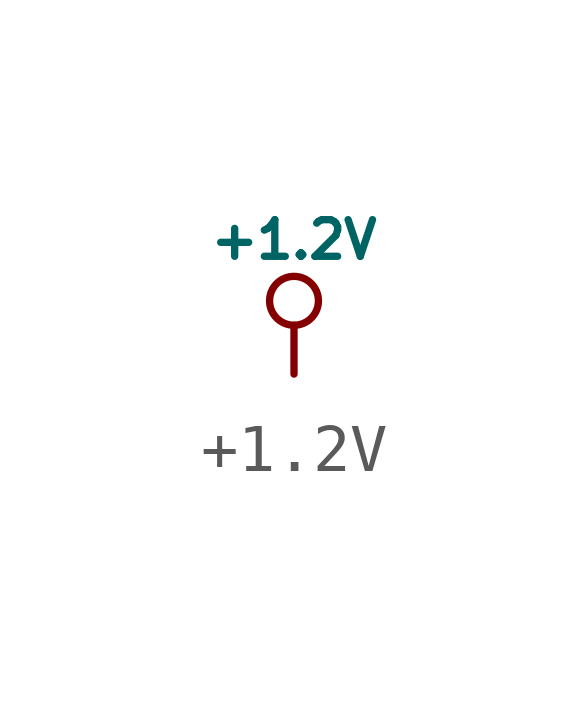
<source format=kicad_sym>
(kicad_symbol_lib
  (version 20231120)
  (generator "kicad_symbol_editor")
  (generator_version "8.0")
  (symbol "+1.2V"
    (power)
    (pin_names
      (offset 0))
    (property "Reference" "#PWR"
      (at 0 3.556 0)
      (effects (font (size 0.508 0.508)) (hide yes)))
    (property "Value" "+1.2V"
      (at 0 2.794 0)
      (effects (font (size 0.762 0.762))))
    (symbol "+1.2V_0_0"
      (polyline (pts (xy 0 0) (xy 0 1.016) (xy 0 1.016)) (stroke (width 0) (type solid)) (fill (type none)))
      (pin power_in line (at 0 0 90) (length 0) hide (name "+1.2V" (effects (font (size 0.508 0.508)))) (number "1" (effects (font (size 0.508 0.508))))))
    (symbol "+1.2V_0_1"
      (circle (center 0 1.524) (radius 0.508) (stroke (width 0) (type solid)) (fill (type none))))))
</source>
